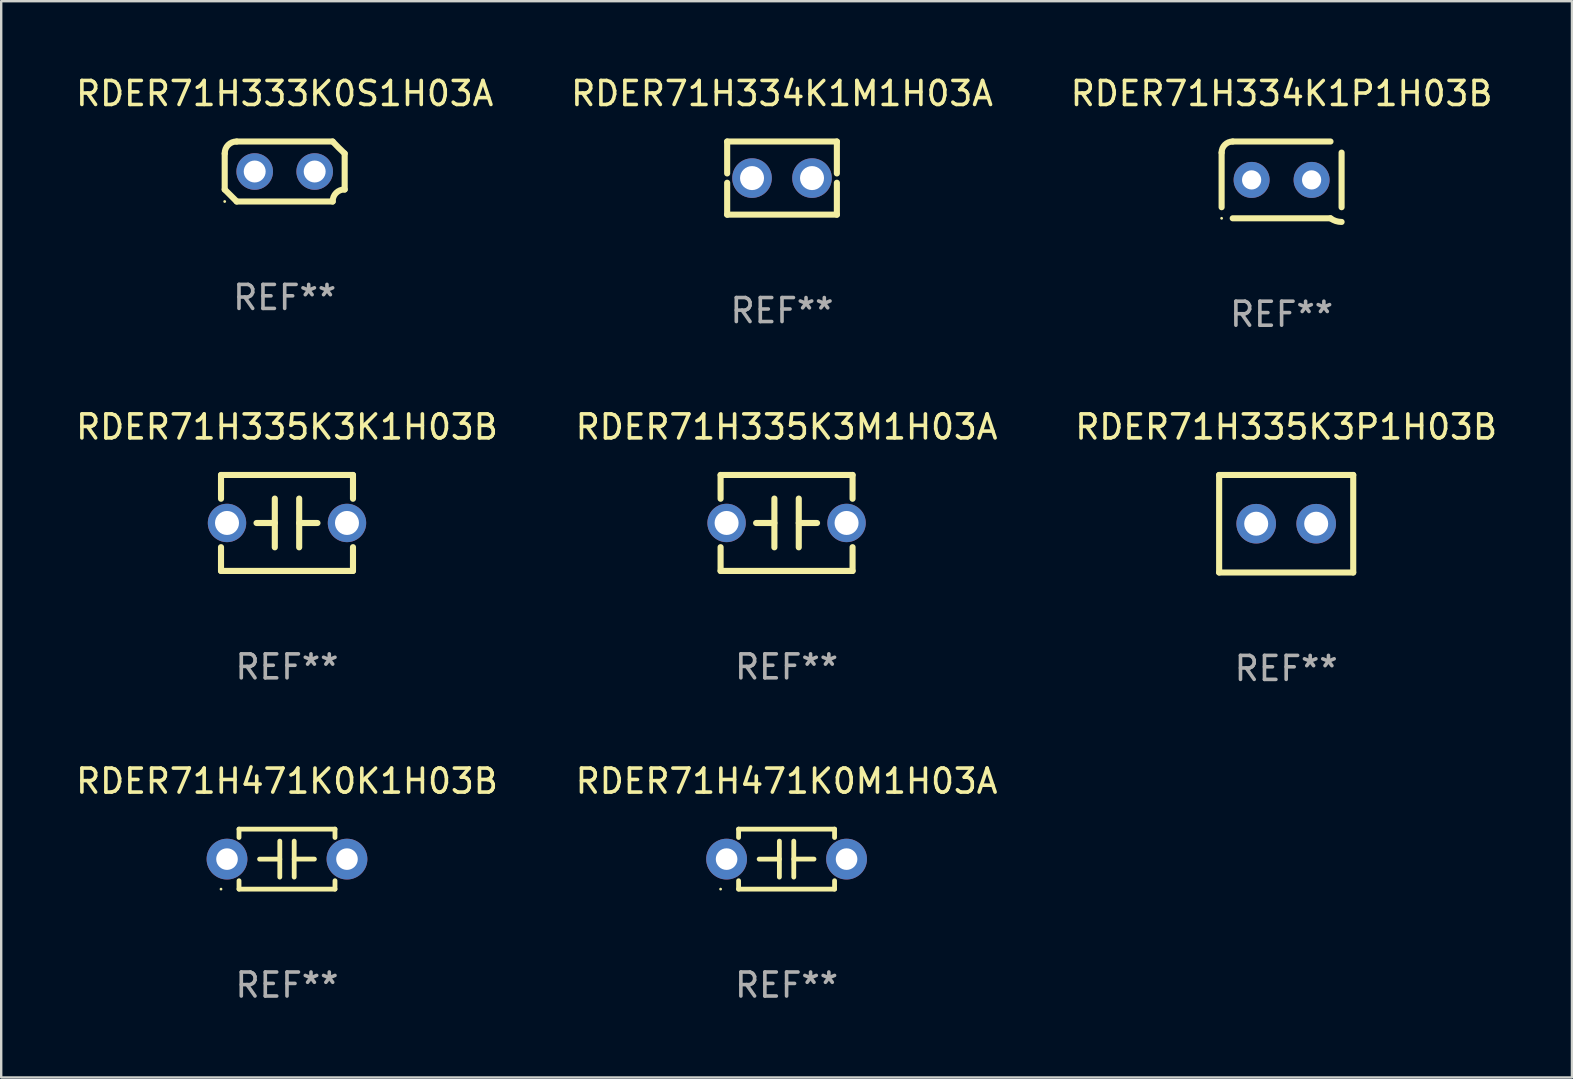
<source format=kicad_pcb>
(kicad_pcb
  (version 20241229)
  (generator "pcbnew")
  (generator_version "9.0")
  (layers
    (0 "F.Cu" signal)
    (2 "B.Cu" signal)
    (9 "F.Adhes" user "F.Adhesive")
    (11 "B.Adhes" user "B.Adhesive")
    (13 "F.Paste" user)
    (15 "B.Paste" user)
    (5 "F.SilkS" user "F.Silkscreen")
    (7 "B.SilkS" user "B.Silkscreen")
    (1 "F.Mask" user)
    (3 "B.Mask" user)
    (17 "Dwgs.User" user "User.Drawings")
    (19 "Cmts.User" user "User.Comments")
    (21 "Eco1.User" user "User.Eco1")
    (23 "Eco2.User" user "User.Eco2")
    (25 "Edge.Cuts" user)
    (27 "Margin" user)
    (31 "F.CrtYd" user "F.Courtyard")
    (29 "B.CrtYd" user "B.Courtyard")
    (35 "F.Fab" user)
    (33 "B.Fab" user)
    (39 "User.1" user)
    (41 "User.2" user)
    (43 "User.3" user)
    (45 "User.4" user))
  (footprint "RDER71H471K0K1H03B"
    (layer "F.Cu")
    (at 8.911 32.755)
    (property "Reference" "RDER71H471K0K1H03B" (at 0 -3.25 0) (layer "F.SilkS") (effects (font (size 1 1) (thickness 0.15))))
    (attr through_hole)
    (fp_line (start -2 -1.25) (end -2 -0.901) (stroke (width 0.2) (type solid)) (layer "F.SilkS"))
    (fp_line (start -2 -1.25) (end 2 -1.25) (stroke (width 0.2) (type solid)) (layer "F.SilkS"))
    (fp_line (start -2 0.901) (end -2 1.25) (stroke (width 0.2) (type solid)) (layer "F.SilkS"))
    (fp_line (start -0.3 -0.75) (end -0.3 0.75) (stroke (width 0.2) (type solid)) (layer "F.SilkS"))
    (fp_line (start -0.3 0.001) (end -1.143 0.001) (stroke (width 0.2) (type solid)) (layer "F.SilkS"))
    (fp_line (start 0.3 -0.001) (end 1.143 -0.001) (stroke (width 0.2) (type solid)) (layer "F.SilkS"))
    (fp_line (start 0.3 0.75) (end 0.3 -0.75) (stroke (width 0.2) (type solid)) (layer "F.SilkS"))
    (fp_line (start 2 -1.25) (end 2 -0.901) (stroke (width 0.2) (type solid)) (layer "F.SilkS"))
    (fp_line (start 2 0.901) (end 2 1.25) (stroke (width 0.2) (type solid)) (layer "F.SilkS"))
    (fp_line (start 2 1.25) (end -2 1.25) (stroke (width 0.2) (type solid)) (layer "F.SilkS"))
    (fp_circle (center -2.75 1.25) (end -2.72 1.25) (stroke (width 0.06) (type solid)) (fill no) (layer "F.SilkS"))
    (fp_text user "REF**" (at 0 5.25 0) (layer "F.Fab") (effects (font (size 1 1) (thickness 0.15))))
    (pad "1" thru_hole circle (at -2.5 0) (size 1.7 1.7) (drill 0.9) (layers "*.Cu" "*.Mask"))
    (pad "2" thru_hole circle (at 2.5 0) (size 1.7 1.7) (drill 0.9) (layers "*.Cu" "*.Mask")))
  (footprint "RDER71H333K0S1H03A"
    (layer "F.Cu")
    (at 8.815 4.098)
    (property "Reference" "RDER71H333K0S1H03A" (at 0 -3.25 0) (layer "F.SilkS") (effects (font (size 1 1) (thickness 0.15))))
    (attr through_hole)
    (fp_line (start -2.5 -0.75) (end -2.5 0.75) (stroke (width 0.254) (type solid)) (layer "F.SilkS"))
    (fp_line (start -2 -1.25) (end 2 -1.25) (stroke (width 0.254) (type solid)) (layer "F.SilkS"))
    (fp_line (start 2 1.25) (end -2 1.25) (stroke (width 0.254) (type solid)) (layer "F.SilkS"))
    (fp_line (start 2.5 0.75) (end 2.5 -0.75) (stroke (width 0.254) (type solid)) (layer "F.SilkS"))
    (fp_arc (start -2.5 0.749962) (mid -2.249559 0.999558) (end -1.99929 1.249325) (stroke (width 0.254001) (type solid)) (layer "F.SilkS"))
    (fp_arc (start -2.499366 -0.749302) (mid -2.356411 -1.106098) (end -2 -1.250013) (stroke (width 0.254001) (type solid)) (layer "F.SilkS"))
    (fp_arc (start 2 1.250013) (mid 2.142747 0.89301) (end 2.499364 0.749302) (stroke (width 0.254001) (type solid)) (layer "F.SilkS"))
    (fp_arc (start 2.5 -0.749962) (mid 2.245609 -0.995598) (end 1.999289 -1.249327) (stroke (width 0.254001) (type solid)) (layer "F.SilkS"))
    (fp_circle (center -2.5 1.25) (end -2.47 1.25) (stroke (width 0.06) (type solid)) (fill no) (layer "F.SilkS"))
    (fp_text user "REF**" (at 0 5.25 0) (layer "F.Fab") (effects (font (size 1 1) (thickness 0.15))))
    (pad "1" thru_hole circle (at -1.25 0) (size 1.524 1.524) (drill 0.914) (layers "*.Cu" "*.Mask"))
    (pad "2" thru_hole circle (at 1.25 0) (size 1.524 1.524) (drill 0.914) (layers "*.Cu" "*.Mask")))
  (footprint "RDER71H334K1P1H03B"
    (layer "F.Cu")
    (at 50.363 4.448)
    (property "Reference" "RDER71H334K1P1H03B" (at 0 -3.6 0) (layer "F.SilkS") (effects (font (size 1 1) (thickness 0.15))))
    (attr through_hole)
    (fp_line (start -2.5 1.138) (end -2.5 -1.138) (stroke (width 0.254) (type solid)) (layer "F.SilkS"))
    (fp_line (start -2.038 1.6) (end 2.038 1.6) (stroke (width 0.254) (type solid)) (layer "F.SilkS"))
    (fp_line (start 2.038 -1.6) (end -2.038 -1.6) (stroke (width 0.254) (type solid)) (layer "F.SilkS"))
    (fp_line (start 2.5 -1.138) (end 2.5 1.138) (stroke (width 0.254) (type solid)) (layer "F.SilkS"))
    (fp_arc (start -2.5 -1.137744) (mid -2.364601 -1.464626) (end -2.037719 -1.600025) (stroke (width 0.254001) (type solid)) (layer "F.SilkS"))
    (fp_arc (start -2.5 1.137719) (mid 2.500022 -1.137741) (end -2.5 1.137719) (stroke (width 0.254001) (type solid)) (layer "F.SilkS"))
    (fp_arc (start 2.5 1.751767) (mid 2.256726 1.712861) (end 2.037719 1.600025) (stroke (width 0.254001) (type solid)) (layer "F.SilkS"))
    (fp_circle (center -2.5 1.6) (end -2.47 1.6) (stroke (width 0.06) (type solid)) (fill no) (layer "F.SilkS"))
    (fp_text user "REF**" (at 0 5.6 0) (layer "F.Fab") (effects (font (size 1 1) (thickness 0.15))))
    (pad "1" thru_hole circle (at -1.25 -0.000076) (size 1.5 1.5) (drill 0.8) (layers "*.Cu" "*.Mask"))
    (pad "2" thru_hole circle (at 1.25 -0.000076) (size 1.5 1.5) (drill 0.8) (layers "*.Cu" "*.Mask")))
  (footprint "RDER71H335K3P1H03B"
    (layer "F.Cu")
    (at 50.554 18.777)
    (property "Reference" "RDER71H335K3P1H03B" (at 0 -4.032 0) (layer "F.SilkS") (effects (font (size 1 1) (thickness 0.15))))
    (attr through_hole)
    (fp_line (start -2.794 -2.032) (end -2.794 2.032) (stroke (width 0.254) (type solid)) (layer "F.SilkS"))
    (fp_line (start -2.794 2.032) (end 2.794 2.032) (stroke (width 0.254) (type solid)) (layer "F.SilkS"))
    (fp_line (start 2.794 -2.032) (end -2.794 -2.032) (stroke (width 0.254) (type solid)) (layer "F.SilkS"))
    (fp_line (start 2.794 2.032) (end 2.794 -2.032) (stroke (width 0.254) (type solid)) (layer "F.SilkS"))
    (fp_circle (center -2.75 2) (end -2.72 2) (stroke (width 0.06) (type solid)) (fill no) (layer "F.SilkS"))
    (fp_text user "REF**" (at 0 6.032 0) (layer "F.Fab") (effects (font (size 1 1) (thickness 0.15))))
    (pad "1" thru_hole circle (at -1.25 0) (size 1.65 1.65) (drill 1) (layers "*.Cu" "*.Mask"))
    (pad "2" thru_hole circle (at 1.25 0) (size 1.65 1.65) (drill 1) (layers "*.Cu" "*.Mask")))
  (footprint "RDER71H335K3K1H03B"
    (layer "F.Cu")
    (at 8.911 18.745)
    (property "Reference" "RDER71H335K3K1H03B" (at 0 -4 0) (layer "F.SilkS") (effects (font (size 1 1) (thickness 0.15))))
    (attr through_hole)
    (fp_line (start -2.75 -2) (end -2.75 -1.009) (stroke (width 0.254) (type solid)) (layer "F.SilkS"))
    (fp_line (start -2.75 -2) (end 2.75 -2) (stroke (width 0.254) (type solid)) (layer "F.SilkS"))
    (fp_line (start -2.75 1.009) (end -2.75 2) (stroke (width 0.254) (type solid)) (layer "F.SilkS"))
    (fp_line (start -0.508 -1.016) (end -0.508 1.016) (stroke (width 0.254) (type solid)) (layer "F.SilkS"))
    (fp_line (start -0.508 0.002) (end -1.27 0.002) (stroke (width 0.254) (type solid)) (layer "F.SilkS"))
    (fp_line (start 0.508 0.002) (end 1.27 0.002) (stroke (width 0.254) (type solid)) (layer "F.SilkS"))
    (fp_line (start 0.508 1.016) (end 0.508 -1.016) (stroke (width 0.254) (type solid)) (layer "F.SilkS"))
    (fp_line (start 2.75 2) (end -2.75 2) (stroke (width 0.254) (type solid)) (layer "F.SilkS"))
    (fp_line (start 2.75 -2) (end 2.75 -1.009) (stroke (width 0.254) (type solid)) (layer "F.SilkS"))
    (fp_line (start 2.75 1.009) (end 2.75 2) (stroke (width 0.254) (type solid)) (layer "F.SilkS"))
    (fp_circle (center -2.75 2) (end -2.72 2) (stroke (width 0.06) (type solid)) (fill no) (layer "F.SilkS"))
    (fp_text user "REF**" (at 0 6 0) (layer "F.Fab") (effects (font (size 1 1) (thickness 0.15))))
    (pad "1" thru_hole circle (at -2.5 0) (size 1.6 1.6) (drill 1) (layers "*.Cu" "*.Mask"))
    (pad "2" thru_hole circle (at 2.5 0) (size 1.6 1.6) (drill 1) (layers "*.Cu" "*.Mask")))
  (footprint "RDER71H334K1M1H03A"
    (layer "F.Cu")
    (at 29.542 4.372)
    (property "Reference" "RDER71H334K1M1H03A" (at 0 -3.524 0) (layer "F.SilkS") (effects (font (size 1 1) (thickness 0.15))))
    (attr through_hole)
    (fp_line (start -2.286 -1.524) (end -2.286 -0.194) (stroke (width 0.254) (type solid)) (layer "F.SilkS"))
    (fp_line (start -2.286 0.194) (end -2.286 1.524) (stroke (width 0.254) (type solid)) (layer "F.SilkS"))
    (fp_line (start -2.286 1.524) (end 2.286 1.524) (stroke (width 0.254) (type solid)) (layer "F.SilkS"))
    (fp_line (start 2.286 -1.524) (end -2.286 -1.524) (stroke (width 0.254) (type solid)) (layer "F.SilkS"))
    (fp_line (start 2.286 -0.194) (end 2.286 -1.524) (stroke (width 0.254) (type solid)) (layer "F.SilkS"))
    (fp_line (start 2.286 1.524) (end 2.286 0.194) (stroke (width 0.254) (type solid)) (layer "F.SilkS"))
    (fp_circle (center -2.25 1.575) (end -2.22 1.575) (stroke (width 0.06) (type solid)) (fill no) (layer "F.SilkS"))
    (fp_text user "REF**" (at 0 5.524 0) (layer "F.Fab") (effects (font (size 1 1) (thickness 0.15))))
    (pad "1" thru_hole circle (at -1.25 0) (size 1.65 1.65) (drill 1) (layers "*.Cu" "*.Mask"))
    (pad "2" thru_hole circle (at 1.25 0) (size 1.65 1.65) (drill 1) (layers "*.Cu" "*.Mask")))
  (footprint "RDER71H471K0M1H03A"
    (layer "F.Cu")
    (at 29.732 32.755)
    (property "Reference" "RDER71H471K0M1H03A" (at 0 -3.25 0) (layer "F.SilkS") (effects (font (size 1 1) (thickness 0.15))))
    (attr through_hole)
    (fp_line (start -2 -1.25) (end -2 -0.901) (stroke (width 0.2) (type solid)) (layer "F.SilkS"))
    (fp_line (start -2 -1.25) (end 2 -1.25) (stroke (width 0.2) (type solid)) (layer "F.SilkS"))
    (fp_line (start -2 0.901) (end -2 1.25) (stroke (width 0.2) (type solid)) (layer "F.SilkS"))
    (fp_line (start -0.3 -0.75) (end -0.3 0.75) (stroke (width 0.2) (type solid)) (layer "F.SilkS"))
    (fp_line (start -0.3 0.001) (end -1.143 0.001) (stroke (width 0.2) (type solid)) (layer "F.SilkS"))
    (fp_line (start 0.3 -0.001) (end 1.143 -0.001) (stroke (width 0.2) (type solid)) (layer "F.SilkS"))
    (fp_line (start 0.3 0.75) (end 0.3 -0.75) (stroke (width 0.2) (type solid)) (layer "F.SilkS"))
    (fp_line (start 2 -1.25) (end 2 -0.901) (stroke (width 0.2) (type solid)) (layer "F.SilkS"))
    (fp_line (start 2 0.901) (end 2 1.25) (stroke (width 0.2) (type solid)) (layer "F.SilkS"))
    (fp_line (start 2 1.25) (end -2 1.25) (stroke (width 0.2) (type solid)) (layer "F.SilkS"))
    (fp_circle (center -2.75 1.25) (end -2.72 1.25) (stroke (width 0.06) (type solid)) (fill no) (layer "F.SilkS"))
    (fp_text user "REF**" (at 0 5.25 0) (layer "F.Fab") (effects (font (size 1 1) (thickness 0.15))))
    (pad "1" thru_hole circle (at -2.5 0) (size 1.7 1.7) (drill 0.9) (layers "*.Cu" "*.Mask"))
    (pad "2" thru_hole circle (at 2.5 0) (size 1.7 1.7) (drill 0.9) (layers "*.Cu" "*.Mask")))
  (footprint "RDER71H335K3M1H03A"
    (layer "F.Cu")
    (at 29.732 18.745)
    (property "Reference" "RDER71H335K3M1H03A" (at 0 -4 0) (layer "F.SilkS") (effects (font (size 1 1) (thickness 0.15))))
    (attr through_hole)
    (fp_line (start -2.75 -2) (end -2.75 -1.009) (stroke (width 0.254) (type solid)) (layer "F.SilkS"))
    (fp_line (start -2.75 -2) (end 2.75 -2) (stroke (width 0.254) (type solid)) (layer "F.SilkS"))
    (fp_line (start -2.75 1.009) (end -2.75 2) (stroke (width 0.254) (type solid)) (layer "F.SilkS"))
    (fp_line (start -0.508 -1.016) (end -0.508 1.016) (stroke (width 0.254) (type solid)) (layer "F.SilkS"))
    (fp_line (start -0.508 0.002) (end -1.27 0.002) (stroke (width 0.254) (type solid)) (layer "F.SilkS"))
    (fp_line (start 0.508 0.002) (end 1.27 0.002) (stroke (width 0.254) (type solid)) (layer "F.SilkS"))
    (fp_line (start 0.508 1.016) (end 0.508 -1.016) (stroke (width 0.254) (type solid)) (layer "F.SilkS"))
    (fp_line (start 2.75 2) (end -2.75 2) (stroke (width 0.254) (type solid)) (layer "F.SilkS"))
    (fp_line (start 2.75 -2) (end 2.75 -1.009) (stroke (width 0.254) (type solid)) (layer "F.SilkS"))
    (fp_line (start 2.75 1.009) (end 2.75 2) (stroke (width 0.254) (type solid)) (layer "F.SilkS"))
    (fp_circle (center -2.75 2) (end -2.72 2) (stroke (width 0.06) (type solid)) (fill no) (layer "F.SilkS"))
    (fp_text user "REF**" (at 0 6 0) (layer "F.Fab") (effects (font (size 1 1) (thickness 0.15))))
    (pad "1" thru_hole circle (at -2.5 0) (size 1.6 1.6) (drill 1) (layers "*.Cu" "*.Mask"))
    (pad "2" thru_hole circle (at 2.5 0) (size 1.6 1.6) (drill 1) (layers "*.Cu" "*.Mask")))
  (gr_rect
    (start -3 -3)
    (end 62.464 41.854)
    (stroke (width 0.1) (type default))
    (fill no)
    (layer "Edge.Cuts")))
</source>
